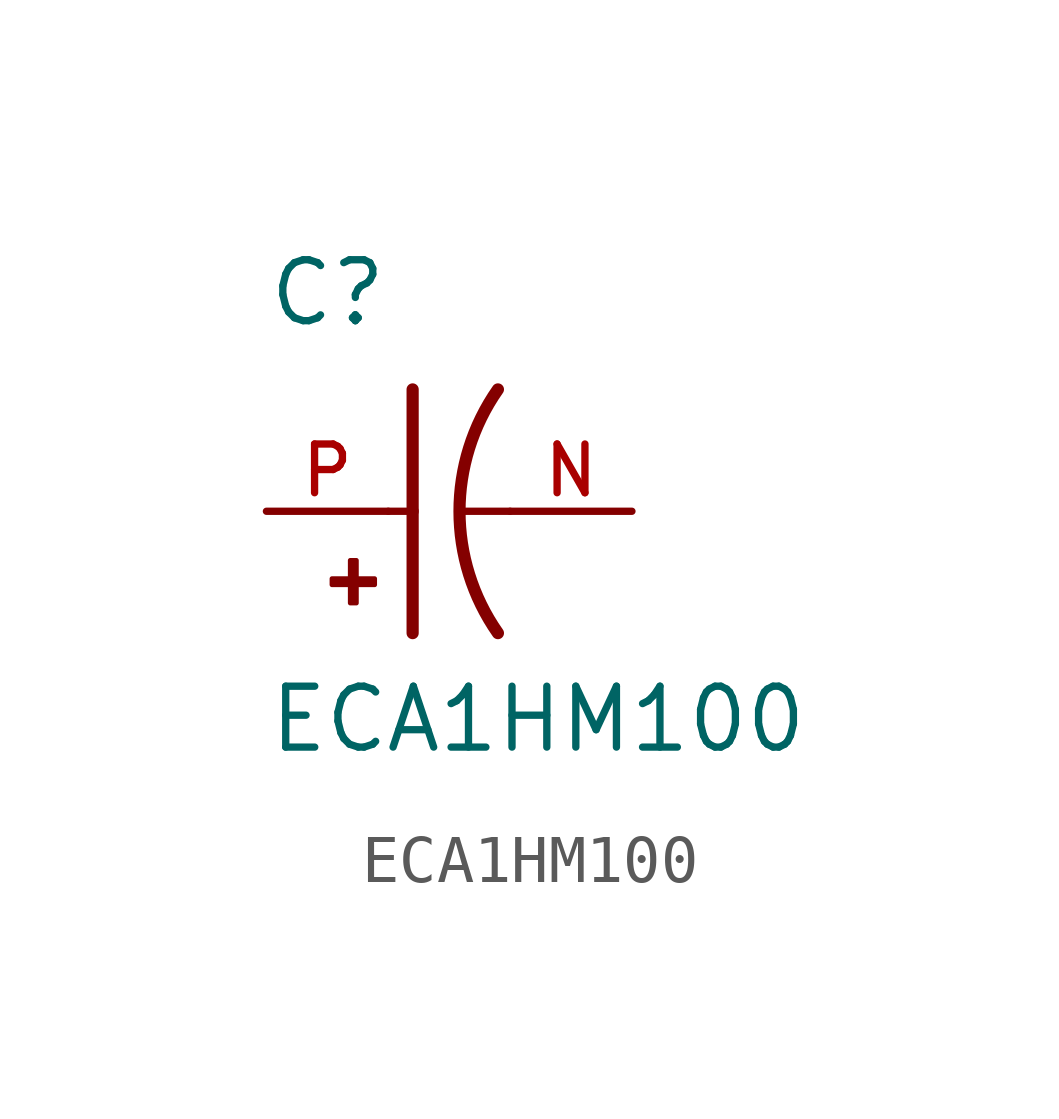
<source format=kicad_sym>
(kicad_symbol_lib
  (version 20211014)
  (generator kicad_symbol_editor)
  (symbol "ECA1HM100"
    (pin_names
      (offset 1.016))
    (property "Reference" "C"
      (at -2.54 3.81 0)
      (effects (font (size 1.27 1.27)) (justify bottom left)))
    (property "Value" "ECA1HM100"
      (at -2.54 -5.08 0)
      (effects (font (size 1.27 1.27)) (justify bottom left)))
    (symbol "ECA1HM100_0_0"
      (arc (start 2.286 -2.54) (mid 1.4851 -0.0) (end 2.286 2.54) (stroke (width 0.254) (type default) (color 0 0 0 0)) (fill (type none)))
      (polyline (pts (xy 0.508 2.54) (xy 0.508 0.0)) (stroke (width 0.254)))
      (rectangle (start -1.173 -1.532) (end -0.284 -1.405) (stroke (width 0.1)) (fill (type outline)))
      (rectangle (start -0.792 -1.913) (end -0.665 -1.024) (stroke (width 0.1)) (fill (type outline)))
      (polyline (pts (xy 0.508 0.0) (xy 0.508 -2.54)) (stroke (width 0.254)))
      (polyline (pts (xy 0.0 0.0) (xy 0.508 0.0)) (stroke (width 0.152)))
      (polyline (pts (xy 2.54 0.0) (xy 1.524 0.0)) (stroke (width 0.152)))
      (pin passive line (at -2.54 0.0 0) (length 2.54) (name "~" (effects (font (size 1.016 1.016)))) (number "P" (effects (font (size 1.016 1.016)))))
      (pin passive line (at 5.08 0.0 180.0) (length 2.54) (name "~" (effects (font (size 1.016 1.016)))) (number "N" (effects (font (size 1.016 1.016))))))))
</source>
